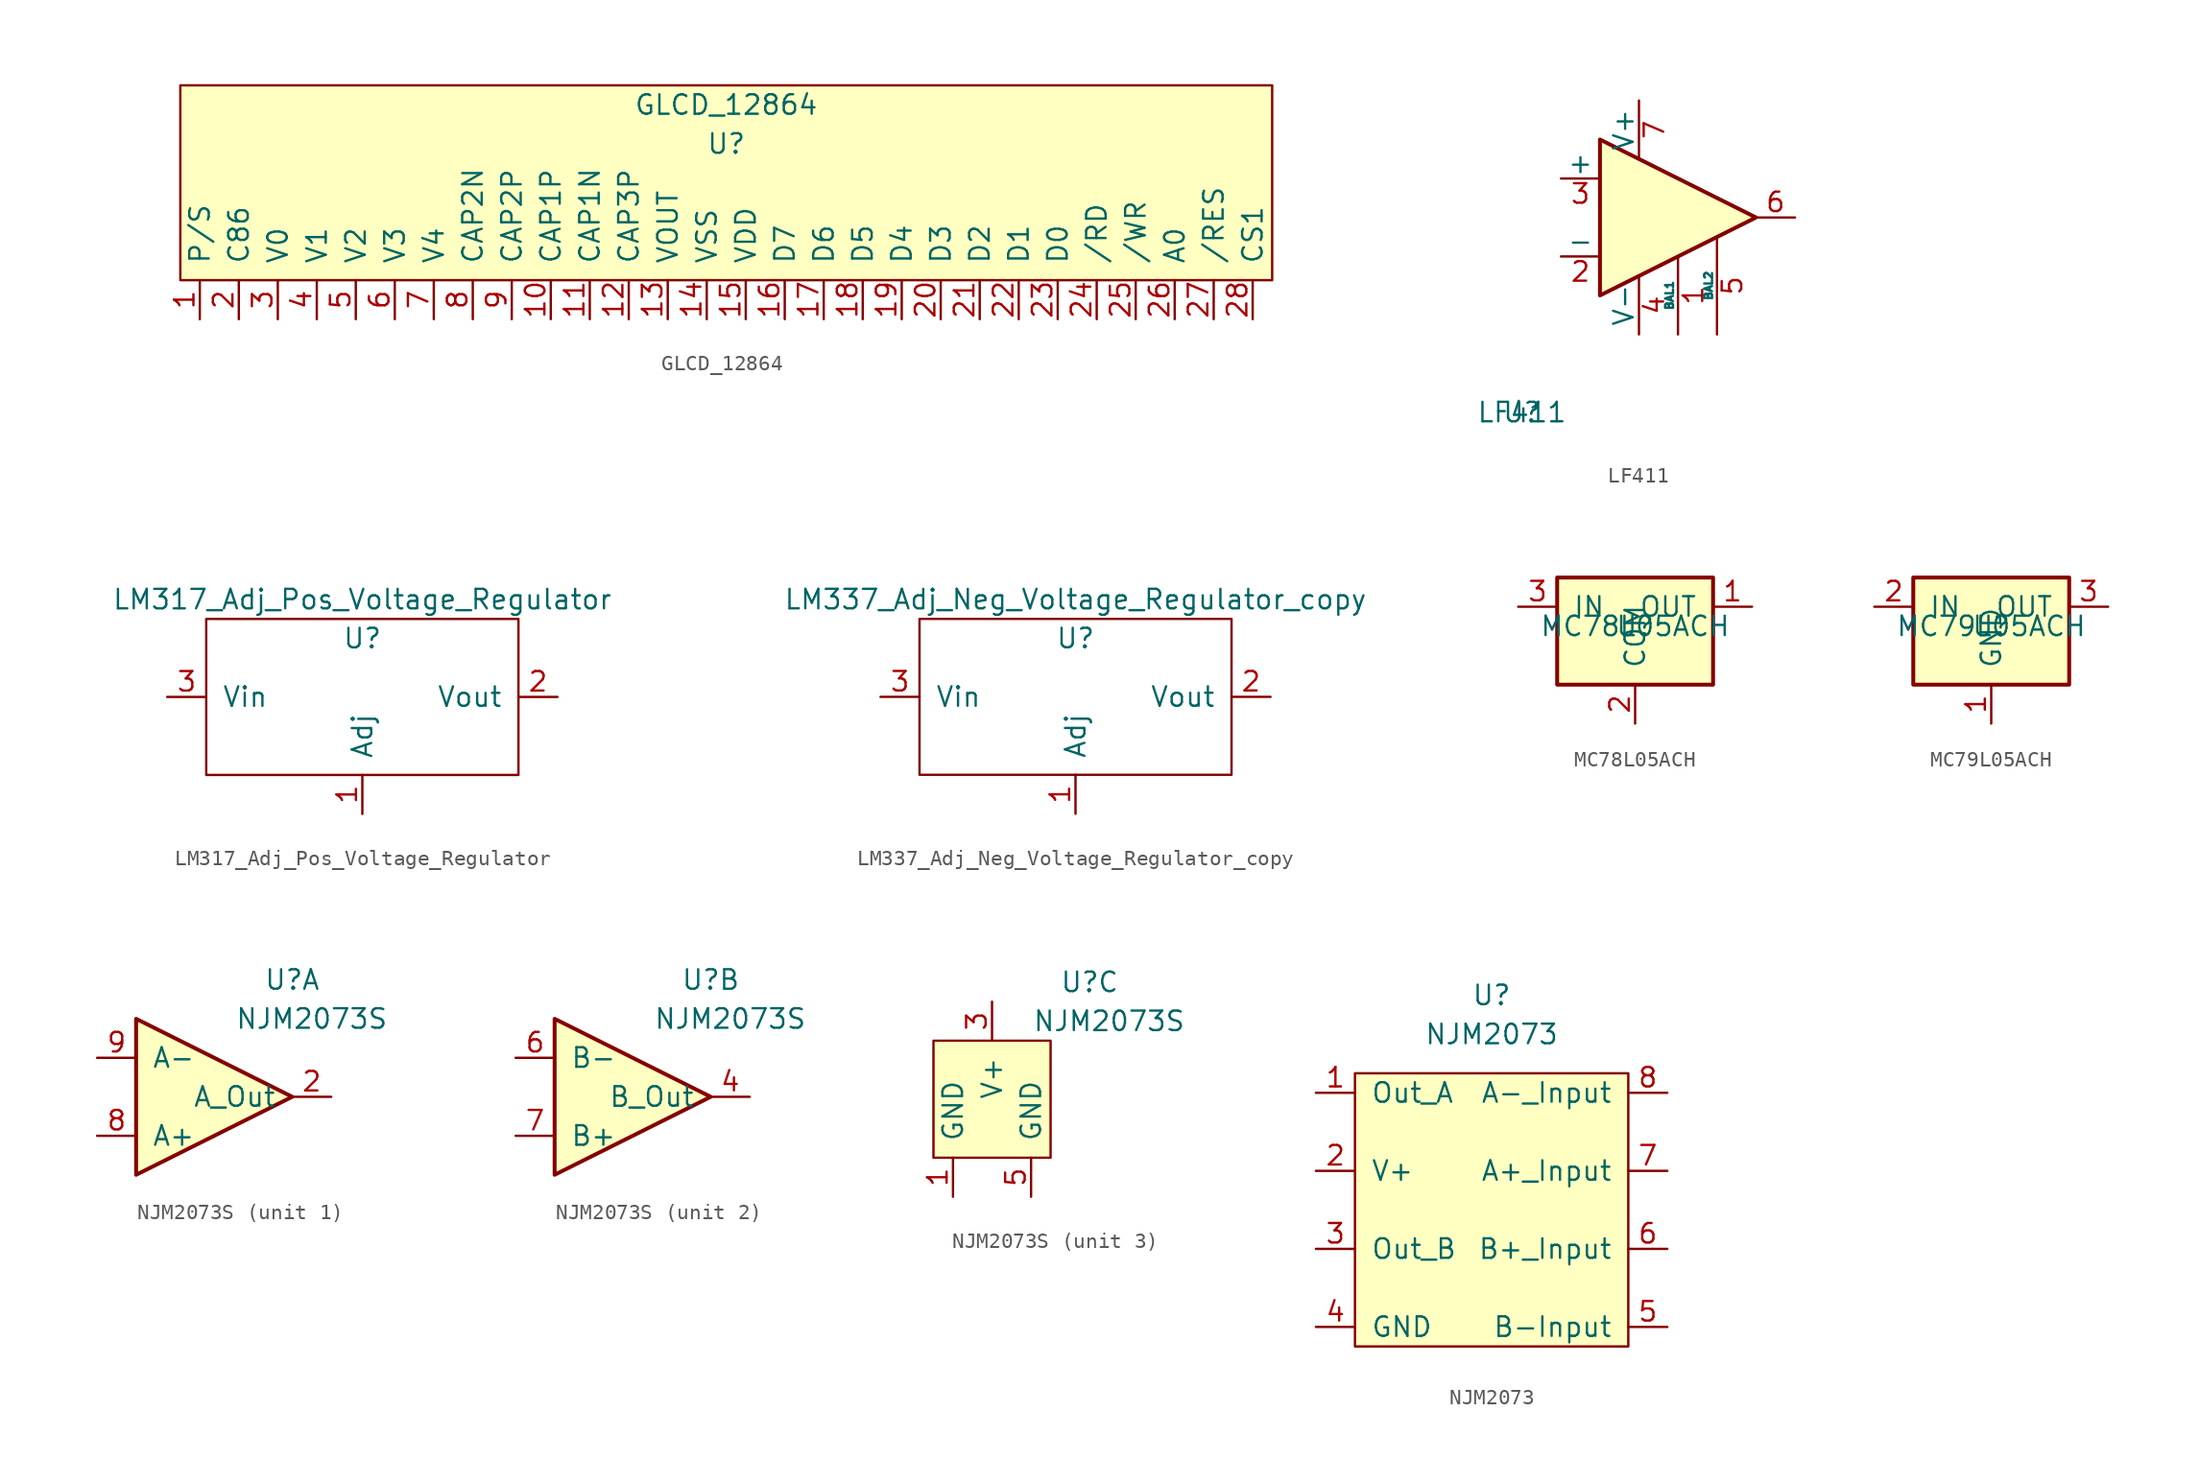
<source format=kicad_sym>
(kicad_symbol_lib
  (version 20220914)
  (generator kicad_symbol_editor)
  (symbol "GLCD_12864"
    (pin_names
      (offset 1.016))
    (property "Reference" "U"
      (at 0 2.54 0)
      (effects (font (size 1.27 1.27))))
    (property "Value" "GLCD_12864"
      (at 0 5.08 0)
      (effects (font (size 1.27 1.27))))
    (symbol "GLCD_12864_0_1"
      (rectangle (start -35.56 -6.35) (end 35.56 6.35) (stroke (width 0) (type solid)) (fill (type background))))
    (symbol "GLCD_12864_1_1"
      (pin input line (at -34.29 -8.89 90) (length 2.54) (name "P/S" (effects (font (size 1.27 1.27)))) (number "1" (effects (font (size 1.27 1.27)))))
      (pin input line (at -11.43 -8.89 90) (length 2.54) (name "CAP1P" (effects (font (size 1.27 1.27)))) (number "10" (effects (font (size 1.27 1.27)))))
      (pin input line (at -8.89 -8.89 90) (length 2.54) (name "CAP1N" (effects (font (size 1.27 1.27)))) (number "11" (effects (font (size 1.27 1.27)))))
      (pin input line (at -6.35 -8.89 90) (length 2.54) (name "CAP3P" (effects (font (size 1.27 1.27)))) (number "12" (effects (font (size 1.27 1.27)))))
      (pin input line (at -3.81 -8.89 90) (length 2.54) (name "VOUT" (effects (font (size 1.27 1.27)))) (number "13" (effects (font (size 1.27 1.27)))))
      (pin input line (at -1.27 -8.89 90) (length 2.54) (name "VSS" (effects (font (size 1.27 1.27)))) (number "14" (effects (font (size 1.27 1.27)))))
      (pin input line (at 1.27 -8.89 90) (length 2.54) (name "VDD" (effects (font (size 1.27 1.27)))) (number "15" (effects (font (size 1.27 1.27)))))
      (pin input line (at 3.81 -8.89 90) (length 2.54) (name "D7" (effects (font (size 1.27 1.27)))) (number "16" (effects (font (size 1.27 1.27)))))
      (pin input line (at 6.35 -8.89 90) (length 2.54) (name "D6" (effects (font (size 1.27 1.27)))) (number "17" (effects (font (size 1.27 1.27)))))
      (pin input line (at 8.89 -8.89 90) (length 2.54) (name "D5" (effects (font (size 1.27 1.27)))) (number "18" (effects (font (size 1.27 1.27)))))
      (pin input line (at 11.43 -8.89 90) (length 2.54) (name "D4" (effects (font (size 1.27 1.27)))) (number "19" (effects (font (size 1.27 1.27)))))
      (pin input line (at -31.75 -8.89 90) (length 2.54) (name "C86" (effects (font (size 1.27 1.27)))) (number "2" (effects (font (size 1.27 1.27)))))
      (pin input line (at 13.97 -8.89 90) (length 2.54) (name "D3" (effects (font (size 1.27 1.27)))) (number "20" (effects (font (size 1.27 1.27)))))
      (pin input line (at 16.51 -8.89 90) (length 2.54) (name "D2" (effects (font (size 1.27 1.27)))) (number "21" (effects (font (size 1.27 1.27)))))
      (pin input line (at 19.05 -8.89 90) (length 2.54) (name "D1" (effects (font (size 1.27 1.27)))) (number "22" (effects (font (size 1.27 1.27)))))
      (pin input line (at 21.59 -8.89 90) (length 2.54) (name "D0" (effects (font (size 1.27 1.27)))) (number "23" (effects (font (size 1.27 1.27)))))
      (pin input line (at 24.13 -8.89 90) (length 2.54) (name "/RD" (effects (font (size 1.27 1.27)))) (number "24" (effects (font (size 1.27 1.27)))))
      (pin input line (at 26.67 -8.89 90) (length 2.54) (name "/WR" (effects (font (size 1.27 1.27)))) (number "25" (effects (font (size 1.27 1.27)))))
      (pin input line (at 29.21 -8.89 90) (length 2.54) (name "A0" (effects (font (size 1.27 1.27)))) (number "26" (effects (font (size 1.27 1.27)))))
      (pin input line (at 31.75 -8.89 90) (length 2.54) (name "/RES" (effects (font (size 1.27 1.27)))) (number "27" (effects (font (size 1.27 1.27)))))
      (pin input line (at 34.29 -8.89 90) (length 2.54) (name "CS1" (effects (font (size 1.27 1.27)))) (number "28" (effects (font (size 1.27 1.27)))))
      (pin input line (at -29.21 -8.89 90) (length 2.54) (name "V0" (effects (font (size 1.27 1.27)))) (number "3" (effects (font (size 1.27 1.27)))))
      (pin input line (at -26.67 -8.89 90) (length 2.54) (name "V1" (effects (font (size 1.27 1.27)))) (number "4" (effects (font (size 1.27 1.27)))))
      (pin input line (at -24.13 -8.89 90) (length 2.54) (name "V2" (effects (font (size 1.27 1.27)))) (number "5" (effects (font (size 1.27 1.27)))))
      (pin input line (at -21.59 -8.89 90) (length 2.54) (name "V3" (effects (font (size 1.27 1.27)))) (number "6" (effects (font (size 1.27 1.27)))))
      (pin input line (at -19.05 -8.89 90) (length 2.54) (name "V4" (effects (font (size 1.27 1.27)))) (number "7" (effects (font (size 1.27 1.27)))))
      (pin input line (at -16.51 -8.89 90) (length 2.54) (name "CAP2N" (effects (font (size 1.27 1.27)))) (number "8" (effects (font (size 1.27 1.27)))))
      (pin input line (at -13.97 -8.89 90) (length 2.54) (name "CAP2P" (effects (font (size 1.27 1.27)))) (number "9" (effects (font (size 1.27 1.27)))))))
  (symbol "LF411"
    (pin_names
      (offset 0))
    (property "Reference" "U"
      (at -8.89 -12.7 0)
      (effects (font (size 1.27 1.27))))
    (property "Value" "LF411"
      (at -8.89 -12.7 0)
      (effects (font (size 1.27 1.27))))
    (symbol "LF411_1_1"
      (polyline (pts (xy 6.35 0) (xy -3.81 5.08) (xy -3.81 -5.08) (xy 6.35 0)) (stroke (width 0.254) (type solid)) (fill (type background)))
      (pin input line (at 1.27 -7.62 90) (length 5.08) (name "BAL1" (effects (font (size 0.508 0.508)))) (number "1" (effects (font (size 1.27 1.27)))))
      (pin input line (at -6.35 -2.54 0) (length 2.54) (name "-" (effects (font (size 1.27 1.27)))) (number "2" (effects (font (size 1.27 1.27)))))
      (pin input line (at -6.35 2.54 0) (length 2.54) (name "+" (effects (font (size 1.27 1.27)))) (number "3" (effects (font (size 1.27 1.27)))))
      (pin power_in line (at -1.27 -7.62 90) (length 3.81) (name "V-" (effects (font (size 1.27 1.27)))) (number "4" (effects (font (size 1.27 1.27)))))
      (pin input line (at 3.81 -7.62 90) (length 6.35) (name "BAL2" (effects (font (size 0.508 0.508)))) (number "5" (effects (font (size 1.27 1.27)))))
      (pin output line (at 8.89 0 180) (length 2.54) (name "~" (effects (font (size 1.27 1.27)))) (number "6" (effects (font (size 1.27 1.27)))))
      (pin power_in line (at -1.27 7.62 270) (length 3.81) (name "V+" (effects (font (size 1.27 1.27)))) (number "7" (effects (font (size 1.27 1.27)))))))
  (symbol "LM317_Adj_Pos_Voltage_Regulator"
    (pin_names
      (offset 1.016))
    (property "Reference" "U"
      (at 0 3.81 0)
      (effects (font (size 1.27 1.27))))
    (property "Value" "LM317_Adj_Pos_Voltage_Regulator"
      (at 0 6.35 0)
      (effects (font (size 1.27 1.27))))
    (symbol "LM317_Adj_Pos_Voltage_Regulator_0_1"
      (rectangle (start -10.16 5.08) (end 10.16 -5.08) (stroke (width 0) (type solid)) (fill (type none))))
    (symbol "LM317_Adj_Pos_Voltage_Regulator_1_1"
      (pin input line (at 0 -7.62 90) (length 2.54) (name "Adj" (effects (font (size 1.27 1.27)))) (number "1" (effects (font (size 1.27 1.27)))))
      (pin output line (at 12.7 0 180) (length 2.54) (name "Vout" (effects (font (size 1.27 1.27)))) (number "2" (effects (font (size 1.27 1.27)))))
      (pin input line (at -12.7 0 0) (length 2.54) (name "Vin" (effects (font (size 1.27 1.27)))) (number "3" (effects (font (size 1.27 1.27)))))))
  (symbol "LM337_Adj_Neg_Voltage_Regulator_copy"
    (pin_names
      (offset 1.016))
    (property "Reference" "U"
      (at 0 3.81 0)
      (effects (font (size 1.27 1.27))))
    (property "Value" "LM337_Adj_Neg_Voltage_Regulator_copy"
      (at 0 6.35 0)
      (effects (font (size 1.27 1.27))))
    (symbol "LM337_Adj_Neg_Voltage_Regulator_copy_0_1"
      (rectangle (start -10.16 5.08) (end 10.16 -5.08) (stroke (width 0) (type solid)) (fill (type none))))
    (symbol "LM337_Adj_Neg_Voltage_Regulator_copy_1_1"
      (pin input line (at 0 -7.62 90) (length 2.54) (name "Adj" (effects (font (size 1.27 1.27)))) (number "1" (effects (font (size 1.27 1.27)))))
      (pin output line (at 12.7 0 180) (length 2.54) (name "Vout" (effects (font (size 1.27 1.27)))) (number "2" (effects (font (size 1.27 1.27)))))
      (pin input line (at -12.7 0 0) (length 2.54) (name "Vin" (effects (font (size 1.27 1.27)))) (number "3" (effects (font (size 1.27 1.27)))))))
  (symbol "MC78L05ACH"
    (pin_names
      (offset 1.016))
    (property "Reference" "U"
      (at 0 0 0)
      (effects (font (size 1.27 1.27))))
    (property "Value" "MC78L05ACH"
      (at 0 0 0)
      (effects (font (size 1.27 1.27))))
    (symbol "MC78L05ACH_1_1"
      (rectangle (start -5.08 3.175) (end 5.08 -3.81) (stroke (width 0.254) (type solid)) (fill (type background)))
      (pin power_out line (at 7.62 1.27 180) (length 2.54) (name "OUT" (effects (font (size 1.27 1.27)))) (number "1" (effects (font (size 1.27 1.27)))))
      (pin power_in line (at 0 -6.35 90) (length 2.54) (name "COM" (effects (font (size 1.27 1.27)))) (number "2" (effects (font (size 1.27 1.27)))))
      (pin power_in line (at -7.62 1.27 0) (length 2.54) (name "IN" (effects (font (size 1.27 1.27)))) (number "3" (effects (font (size 1.27 1.27)))))))
  (symbol "MC79L05ACH"
    (pin_names
      (offset 1.016))
    (property "Reference" "U"
      (at 0 0 0)
      (effects (font (size 1.27 1.27))))
    (property "Value" "MC79L05ACH"
      (at 0 0 0)
      (effects (font (size 1.27 1.27))))
    (symbol "MC79L05ACH_1_1"
      (rectangle (start -5.08 3.175) (end 5.08 -3.81) (stroke (width 0.254) (type solid)) (fill (type background)))
      (pin power_in line (at 0 -6.35 90) (length 2.54) (name "GND" (effects (font (size 1.27 1.27)))) (number "1" (effects (font (size 1.27 1.27)))))
      (pin power_in line (at -7.62 1.27 0) (length 2.54) (name "IN" (effects (font (size 1.27 1.27)))) (number "2" (effects (font (size 1.27 1.27)))))
      (pin power_out line (at 7.62 1.27 180) (length 2.54) (name "OUT" (effects (font (size 1.27 1.27)))) (number "3" (effects (font (size 1.27 1.27)))))))
  (symbol "NJM2073S"
    (pin_names
      (offset 1.016))
    (property "Reference" "U"
      (at 6.35 7.62 0)
      (effects (font (size 1.27 1.27))))
    (property "Value" "NJM2073S"
      (at 7.62 5.08 0)
      (effects (font (size 1.27 1.27))))
    (symbol "NJM2073S_1_1"
      (polyline (pts (xy -3.81 5.08) (xy 6.35 0) (xy -3.81 -5.08) (xy -3.81 5.08)) (stroke (width 0.254) (type solid)) (fill (type background)))
      (pin output line (at 8.89 0 180) (length 2.54) (name "A_Out" (effects (font (size 1.27 1.27)))) (number "2" (effects (font (size 1.27 1.27)))))
      (pin input line (at -6.35 -2.54 0) (length 2.54) (name "A+" (effects (font (size 1.27 1.27)))) (number "8" (effects (font (size 1.27 1.27)))))
      (pin input line (at -6.35 2.54 0) (length 2.54) (name "A-" (effects (font (size 1.27 1.27)))) (number "9" (effects (font (size 1.27 1.27))))))
    (symbol "NJM2073S_2_1"
      (polyline (pts (xy -3.81 5.08) (xy 6.35 0) (xy -3.81 -5.08) (xy -3.81 5.08)) (stroke (width 0.254) (type solid)) (fill (type background)))
      (pin output line (at 8.89 0 180) (length 2.54) (name "B_Out" (effects (font (size 1.27 1.27)))) (number "4" (effects (font (size 1.27 1.27)))))
      (pin input line (at -6.35 2.54 0) (length 2.54) (name "B-" (effects (font (size 1.27 1.27)))) (number "6" (effects (font (size 1.27 1.27)))))
      (pin input line (at -6.35 -2.54 0) (length 2.54) (name "B+" (effects (font (size 1.27 1.27)))) (number "7" (effects (font (size 1.27 1.27))))))
    (symbol "NJM2073S_3_1"
      (rectangle (start 3.81 3.81) (end -3.81 -3.81) (stroke (width 0) (type solid)) (fill (type background)))
      (pin power_in line (at -2.54 -6.35 90) (length 2.54) (name "GND" (effects (font (size 1.27 1.27)))) (number "1" (effects (font (size 1.27 1.27)))))
      (pin power_in line (at 0 6.35 270) (length 2.54) (name "V+" (effects (font (size 1.27 1.27)))) (number "3" (effects (font (size 1.27 1.27)))))
      (pin power_in line (at 2.54 -6.35 90) (length 2.54) (name "GND" (effects (font (size 1.27 1.27)))) (number "5" (effects (font (size 1.27 1.27)))))))
  (symbol "NJM2073"
    (pin_names
      (offset 1.016))
    (property "Reference" "U"
      (at 0 13.97 0)
      (effects (font (size 1.27 1.27))))
    (property "Value" "NJM2073"
      (at 0 11.43 0)
      (effects (font (size 1.27 1.27))))
    (symbol "NJM2073_0_1"
      (rectangle (start -8.89 8.89) (end 8.89 -8.89) (stroke (width 0) (type solid)) (fill (type background))))
    (symbol "NJM2073_1_1"
      (pin output line (at -11.43 7.62 0) (length 2.54) (name "Out_A" (effects (font (size 1.27 1.27)))) (number "1" (effects (font (size 1.27 1.27)))))
      (pin power_in line (at -11.43 2.54 0) (length 2.54) (name "V+" (effects (font (size 1.27 1.27)))) (number "2" (effects (font (size 1.27 1.27)))))
      (pin output line (at -11.43 -2.54 0) (length 2.54) (name "Out_B" (effects (font (size 1.27 1.27)))) (number "3" (effects (font (size 1.27 1.27)))))
      (pin power_in line (at -11.43 -7.62 0) (length 2.54) (name "GND" (effects (font (size 1.27 1.27)))) (number "4" (effects (font (size 1.27 1.27)))))
      (pin input line (at 11.43 -7.62 180) (length 2.54) (name "B-Input" (effects (font (size 1.27 1.27)))) (number "5" (effects (font (size 1.27 1.27)))))
      (pin input line (at 11.43 -2.54 180) (length 2.54) (name "B+_Input" (effects (font (size 1.27 1.27)))) (number "6" (effects (font (size 1.27 1.27)))))
      (pin input line (at 11.43 2.54 180) (length 2.54) (name "A+_Input" (effects (font (size 1.27 1.27)))) (number "7" (effects (font (size 1.27 1.27)))))
      (pin input line (at 11.43 7.62 180) (length 2.54) (name "A-_Input" (effects (font (size 1.27 1.27)))) (number "8" (effects (font (size 1.27 1.27))))))))
</source>
